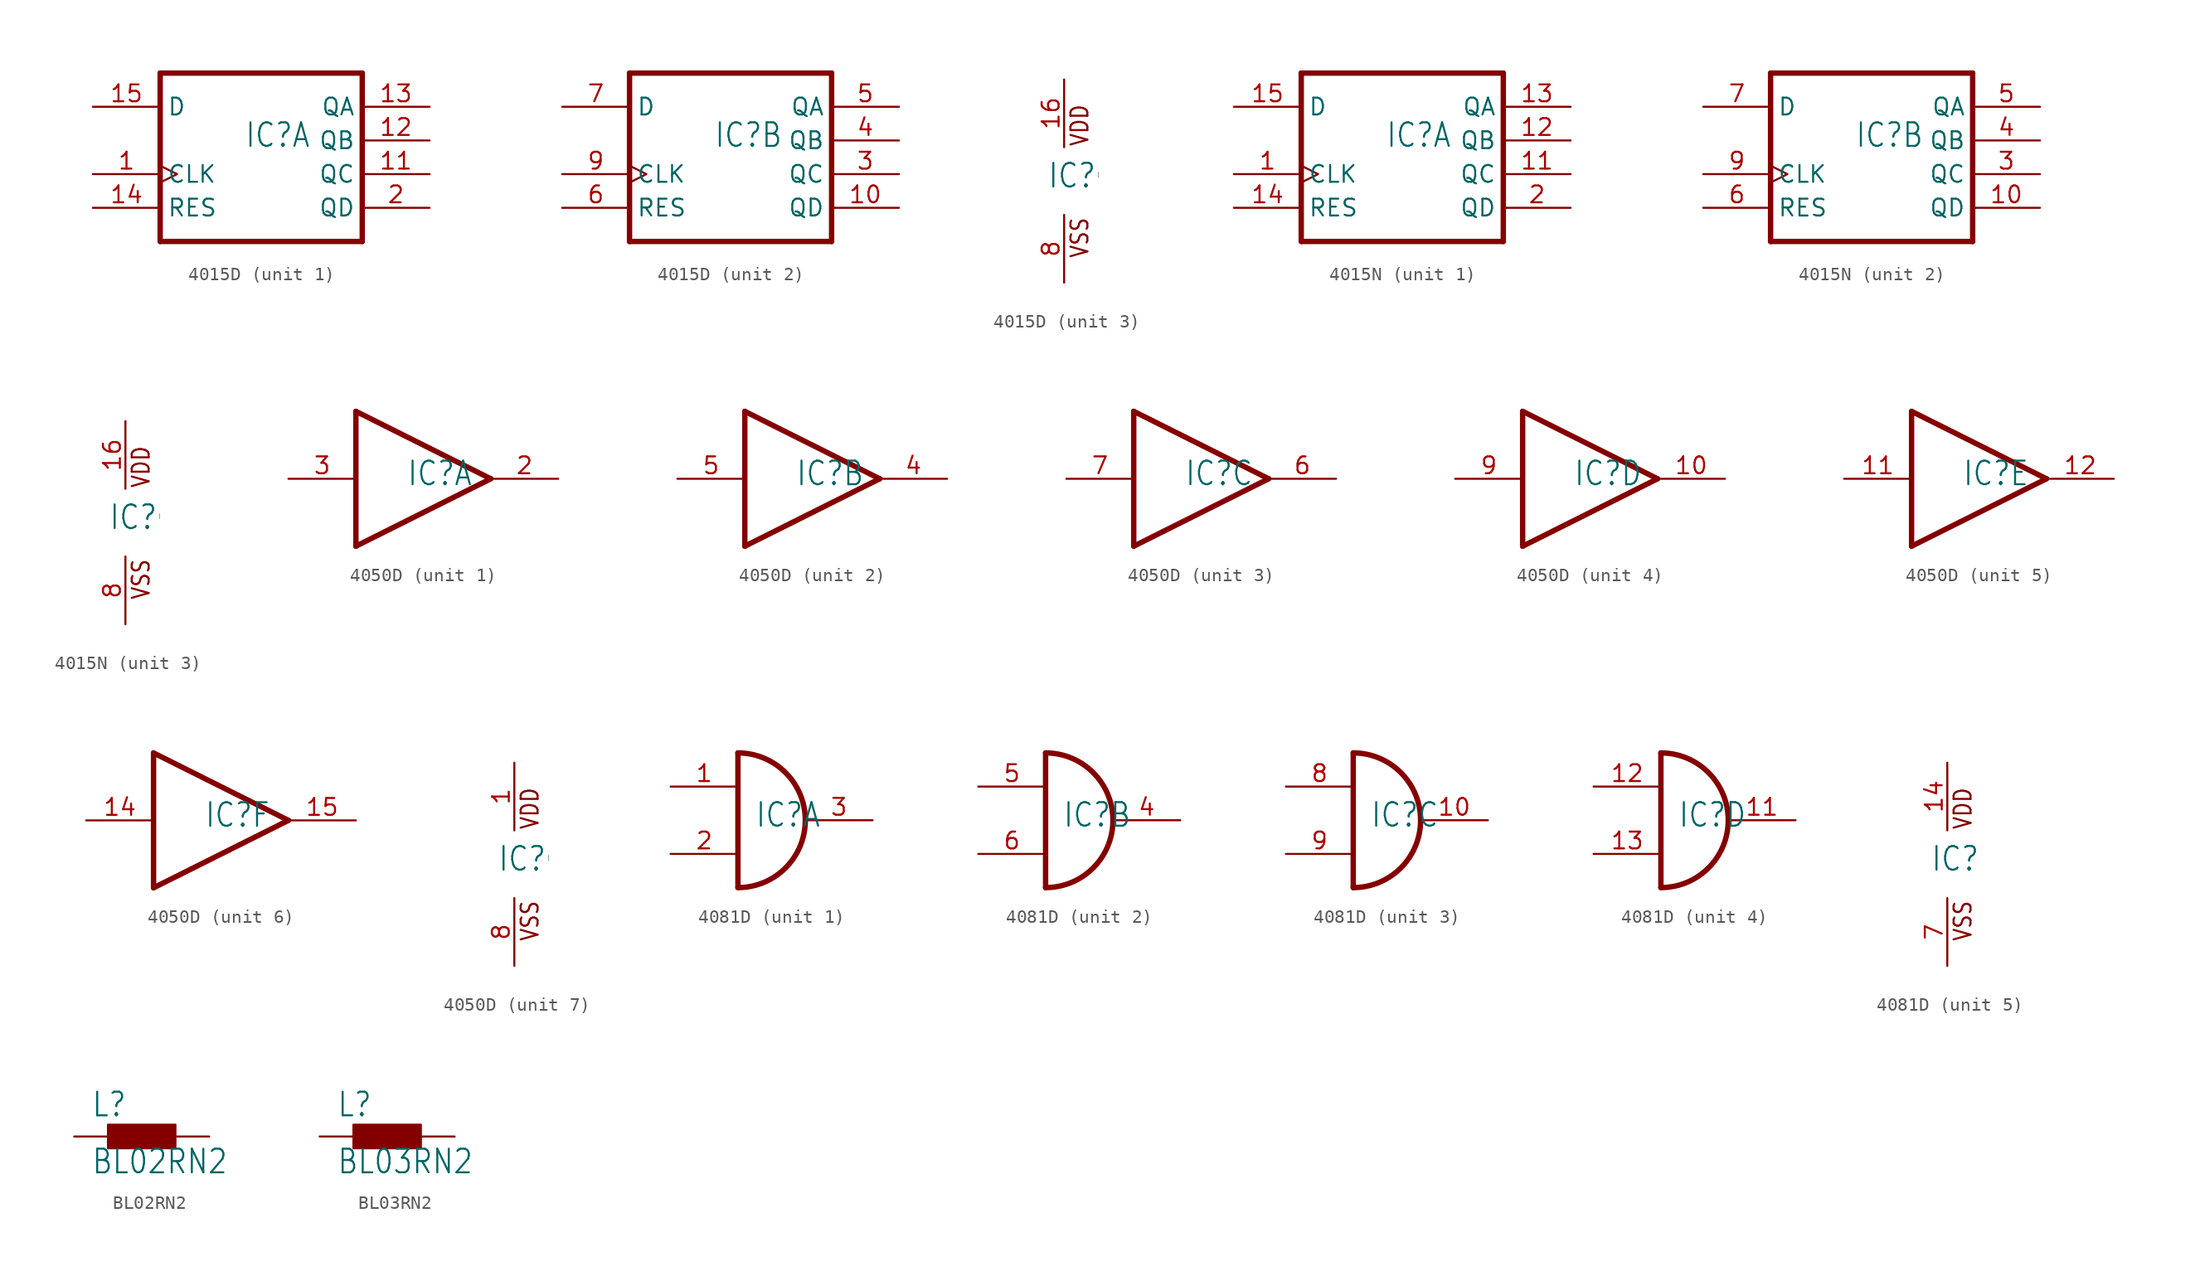
<source format=kicad_sym>
(kicad_symbol_lib
  (version 20211014)
  (generator kicad_symbol_editor)
  (symbol "4015D"
    (property "Reference" "IC"
      (at -1.27 -0.635 0)
      (effects (font (size 1.778 1.511)) (justify left bottom)))
    (property "ki_locked" ""
      (at 0 0 0)
      (effects (font (size 1.27 1.27))))
    (symbol "4015D_1_0"
      (polyline (pts (xy -7.62 -7.62) (xy 7.62 -7.62)) (stroke (width 0.406) (type default) (color 0 0 0 0)) (fill (type none)))
      (polyline (pts (xy -7.62 5.08) (xy -7.62 -7.62)) (stroke (width 0.406) (type default) (color 0 0 0 0)) (fill (type none)))
      (polyline (pts (xy 7.62 -7.62) (xy 7.62 5.08)) (stroke (width 0.406) (type default) (color 0 0 0 0)) (fill (type none)))
      (polyline (pts (xy 7.62 5.08) (xy -7.62 5.08)) (stroke (width 0.406) (type default) (color 0 0 0 0)) (fill (type none)))
      (pin input clock (at -12.7 -2.54 0) (length 5.08) (name "CLK" (effects (font (size 1.27 1.27)))) (number "1" (effects (font (size 1.27 1.27)))))
      (pin output line (at 12.7 -2.54 180) (length 5.08) (name "QC" (effects (font (size 1.27 1.27)))) (number "11" (effects (font (size 1.27 1.27)))))
      (pin output line (at 12.7 0 180) (length 5.08) (name "QB" (effects (font (size 1.27 1.27)))) (number "12" (effects (font (size 1.27 1.27)))))
      (pin output line (at 12.7 2.54 180) (length 5.08) (name "QA" (effects (font (size 1.27 1.27)))) (number "13" (effects (font (size 1.27 1.27)))))
      (pin input line (at -12.7 -5.08 0) (length 5.08) (name "RES" (effects (font (size 1.27 1.27)))) (number "14" (effects (font (size 1.27 1.27)))))
      (pin input line (at -12.7 2.54 0) (length 5.08) (name "D" (effects (font (size 1.27 1.27)))) (number "15" (effects (font (size 1.27 1.27)))))
      (pin output line (at 12.7 -5.08 180) (length 5.08) (name "QD" (effects (font (size 1.27 1.27)))) (number "2" (effects (font (size 1.27 1.27))))))
    (symbol "4015D_2_0"
      (polyline (pts (xy -7.62 -7.62) (xy 7.62 -7.62)) (stroke (width 0.406) (type default) (color 0 0 0 0)) (fill (type none)))
      (polyline (pts (xy -7.62 5.08) (xy -7.62 -7.62)) (stroke (width 0.406) (type default) (color 0 0 0 0)) (fill (type none)))
      (polyline (pts (xy 7.62 -7.62) (xy 7.62 5.08)) (stroke (width 0.406) (type default) (color 0 0 0 0)) (fill (type none)))
      (polyline (pts (xy 7.62 5.08) (xy -7.62 5.08)) (stroke (width 0.406) (type default) (color 0 0 0 0)) (fill (type none)))
      (pin output line (at 12.7 -5.08 180) (length 5.08) (name "QD" (effects (font (size 1.27 1.27)))) (number "10" (effects (font (size 1.27 1.27)))))
      (pin output line (at 12.7 -2.54 180) (length 5.08) (name "QC" (effects (font (size 1.27 1.27)))) (number "3" (effects (font (size 1.27 1.27)))))
      (pin output line (at 12.7 0 180) (length 5.08) (name "QB" (effects (font (size 1.27 1.27)))) (number "4" (effects (font (size 1.27 1.27)))))
      (pin output line (at 12.7 2.54 180) (length 5.08) (name "QA" (effects (font (size 1.27 1.27)))) (number "5" (effects (font (size 1.27 1.27)))))
      (pin input line (at -12.7 -5.08 0) (length 5.08) (name "RES" (effects (font (size 1.27 1.27)))) (number "6" (effects (font (size 1.27 1.27)))))
      (pin input line (at -12.7 2.54 0) (length 5.08) (name "D" (effects (font (size 1.27 1.27)))) (number "7" (effects (font (size 1.27 1.27)))))
      (pin input clock (at -12.7 -2.54 0) (length 5.08) (name "CLK" (effects (font (size 1.27 1.27)))) (number "9" (effects (font (size 1.27 1.27))))))
    (symbol "4015D_3_0"
      (text "VDD" (at 1.905 2.54 900) (effects (font (size 1.27 1.079)) (justify left bottom)))
      (text "VSS" (at 1.905 -5.842 900) (effects (font (size 1.27 1.079)) (justify left bottom)))
      (pin power_in line (at 0 7.62 270) (length 5.08) (name "VDD" (effects (font (size 0 0)))) (number "16" (effects (font (size 1.27 1.27)))))
      (pin power_in line (at 0 -7.62 90) (length 5.08) (name "VSS" (effects (font (size 0 0)))) (number "8" (effects (font (size 1.27 1.27)))))))
  (symbol "4015N"
    (property "Reference" "IC"
      (at -1.27 -0.635 0)
      (effects (font (size 1.778 1.511)) (justify left bottom)))
    (property "ki_locked" ""
      (at 0 0 0)
      (effects (font (size 1.27 1.27))))
    (symbol "4015N_1_0"
      (polyline (pts (xy -7.62 -7.62) (xy 7.62 -7.62)) (stroke (width 0.406) (type default) (color 0 0 0 0)) (fill (type none)))
      (polyline (pts (xy -7.62 5.08) (xy -7.62 -7.62)) (stroke (width 0.406) (type default) (color 0 0 0 0)) (fill (type none)))
      (polyline (pts (xy 7.62 -7.62) (xy 7.62 5.08)) (stroke (width 0.406) (type default) (color 0 0 0 0)) (fill (type none)))
      (polyline (pts (xy 7.62 5.08) (xy -7.62 5.08)) (stroke (width 0.406) (type default) (color 0 0 0 0)) (fill (type none)))
      (pin input clock (at -12.7 -2.54 0) (length 5.08) (name "CLK" (effects (font (size 1.27 1.27)))) (number "1" (effects (font (size 1.27 1.27)))))
      (pin output line (at 12.7 -2.54 180) (length 5.08) (name "QC" (effects (font (size 1.27 1.27)))) (number "11" (effects (font (size 1.27 1.27)))))
      (pin output line (at 12.7 0 180) (length 5.08) (name "QB" (effects (font (size 1.27 1.27)))) (number "12" (effects (font (size 1.27 1.27)))))
      (pin output line (at 12.7 2.54 180) (length 5.08) (name "QA" (effects (font (size 1.27 1.27)))) (number "13" (effects (font (size 1.27 1.27)))))
      (pin input line (at -12.7 -5.08 0) (length 5.08) (name "RES" (effects (font (size 1.27 1.27)))) (number "14" (effects (font (size 1.27 1.27)))))
      (pin input line (at -12.7 2.54 0) (length 5.08) (name "D" (effects (font (size 1.27 1.27)))) (number "15" (effects (font (size 1.27 1.27)))))
      (pin output line (at 12.7 -5.08 180) (length 5.08) (name "QD" (effects (font (size 1.27 1.27)))) (number "2" (effects (font (size 1.27 1.27))))))
    (symbol "4015N_2_0"
      (polyline (pts (xy -7.62 -7.62) (xy 7.62 -7.62)) (stroke (width 0.406) (type default) (color 0 0 0 0)) (fill (type none)))
      (polyline (pts (xy -7.62 5.08) (xy -7.62 -7.62)) (stroke (width 0.406) (type default) (color 0 0 0 0)) (fill (type none)))
      (polyline (pts (xy 7.62 -7.62) (xy 7.62 5.08)) (stroke (width 0.406) (type default) (color 0 0 0 0)) (fill (type none)))
      (polyline (pts (xy 7.62 5.08) (xy -7.62 5.08)) (stroke (width 0.406) (type default) (color 0 0 0 0)) (fill (type none)))
      (pin output line (at 12.7 -5.08 180) (length 5.08) (name "QD" (effects (font (size 1.27 1.27)))) (number "10" (effects (font (size 1.27 1.27)))))
      (pin output line (at 12.7 -2.54 180) (length 5.08) (name "QC" (effects (font (size 1.27 1.27)))) (number "3" (effects (font (size 1.27 1.27)))))
      (pin output line (at 12.7 0 180) (length 5.08) (name "QB" (effects (font (size 1.27 1.27)))) (number "4" (effects (font (size 1.27 1.27)))))
      (pin output line (at 12.7 2.54 180) (length 5.08) (name "QA" (effects (font (size 1.27 1.27)))) (number "5" (effects (font (size 1.27 1.27)))))
      (pin input line (at -12.7 -5.08 0) (length 5.08) (name "RES" (effects (font (size 1.27 1.27)))) (number "6" (effects (font (size 1.27 1.27)))))
      (pin input line (at -12.7 2.54 0) (length 5.08) (name "D" (effects (font (size 1.27 1.27)))) (number "7" (effects (font (size 1.27 1.27)))))
      (pin input clock (at -12.7 -2.54 0) (length 5.08) (name "CLK" (effects (font (size 1.27 1.27)))) (number "9" (effects (font (size 1.27 1.27))))))
    (symbol "4015N_3_0"
      (text "VDD" (at 1.905 2.54 900) (effects (font (size 1.27 1.079)) (justify left bottom)))
      (text "VSS" (at 1.905 -5.842 900) (effects (font (size 1.27 1.079)) (justify left bottom)))
      (pin power_in line (at 0 7.62 270) (length 5.08) (name "VDD" (effects (font (size 0 0)))) (number "16" (effects (font (size 1.27 1.27)))))
      (pin power_in line (at 0 -7.62 90) (length 5.08) (name "VSS" (effects (font (size 0 0)))) (number "8" (effects (font (size 1.27 1.27)))))))
  (symbol "4050D"
    (property "Reference" "IC"
      (at -1.27 -0.635 0)
      (effects (font (size 1.778 1.511)) (justify left bottom)))
    (property "ki_locked" ""
      (at 0 0 0)
      (effects (font (size 1.27 1.27))))
    (symbol "4050D_1_0"
      (polyline (pts (xy -5.08 -5.08) (xy 5.08 0)) (stroke (width 0.406) (type default) (color 0 0 0 0)) (fill (type none)))
      (polyline (pts (xy -5.08 5.08) (xy -5.08 -5.08)) (stroke (width 0.406) (type default) (color 0 0 0 0)) (fill (type none)))
      (polyline (pts (xy 5.08 0) (xy -5.08 5.08)) (stroke (width 0.406) (type default) (color 0 0 0 0)) (fill (type none)))
      (pin output line (at 10.16 0 180) (length 5.08) (name "O" (effects (font (size 0 0)))) (number "2" (effects (font (size 1.27 1.27)))))
      (pin input line (at -10.16 0 0) (length 5.08) (name "I" (effects (font (size 0 0)))) (number "3" (effects (font (size 1.27 1.27))))))
    (symbol "4050D_2_0"
      (polyline (pts (xy -5.08 -5.08) (xy 5.08 0)) (stroke (width 0.406) (type default) (color 0 0 0 0)) (fill (type none)))
      (polyline (pts (xy -5.08 5.08) (xy -5.08 -5.08)) (stroke (width 0.406) (type default) (color 0 0 0 0)) (fill (type none)))
      (polyline (pts (xy 5.08 0) (xy -5.08 5.08)) (stroke (width 0.406) (type default) (color 0 0 0 0)) (fill (type none)))
      (pin output line (at 10.16 0 180) (length 5.08) (name "O" (effects (font (size 0 0)))) (number "4" (effects (font (size 1.27 1.27)))))
      (pin input line (at -10.16 0 0) (length 5.08) (name "I" (effects (font (size 0 0)))) (number "5" (effects (font (size 1.27 1.27))))))
    (symbol "4050D_3_0"
      (polyline (pts (xy -5.08 -5.08) (xy 5.08 0)) (stroke (width 0.406) (type default) (color 0 0 0 0)) (fill (type none)))
      (polyline (pts (xy -5.08 5.08) (xy -5.08 -5.08)) (stroke (width 0.406) (type default) (color 0 0 0 0)) (fill (type none)))
      (polyline (pts (xy 5.08 0) (xy -5.08 5.08)) (stroke (width 0.406) (type default) (color 0 0 0 0)) (fill (type none)))
      (pin output line (at 10.16 0 180) (length 5.08) (name "O" (effects (font (size 0 0)))) (number "6" (effects (font (size 1.27 1.27)))))
      (pin input line (at -10.16 0 0) (length 5.08) (name "I" (effects (font (size 0 0)))) (number "7" (effects (font (size 1.27 1.27))))))
    (symbol "4050D_4_0"
      (polyline (pts (xy -5.08 -5.08) (xy 5.08 0)) (stroke (width 0.406) (type default) (color 0 0 0 0)) (fill (type none)))
      (polyline (pts (xy -5.08 5.08) (xy -5.08 -5.08)) (stroke (width 0.406) (type default) (color 0 0 0 0)) (fill (type none)))
      (polyline (pts (xy 5.08 0) (xy -5.08 5.08)) (stroke (width 0.406) (type default) (color 0 0 0 0)) (fill (type none)))
      (pin output line (at 10.16 0 180) (length 5.08) (name "O" (effects (font (size 0 0)))) (number "10" (effects (font (size 1.27 1.27)))))
      (pin input line (at -10.16 0 0) (length 5.08) (name "I" (effects (font (size 0 0)))) (number "9" (effects (font (size 1.27 1.27))))))
    (symbol "4050D_5_0"
      (polyline (pts (xy -5.08 -5.08) (xy 5.08 0)) (stroke (width 0.406) (type default) (color 0 0 0 0)) (fill (type none)))
      (polyline (pts (xy -5.08 5.08) (xy -5.08 -5.08)) (stroke (width 0.406) (type default) (color 0 0 0 0)) (fill (type none)))
      (polyline (pts (xy 5.08 0) (xy -5.08 5.08)) (stroke (width 0.406) (type default) (color 0 0 0 0)) (fill (type none)))
      (pin input line (at -10.16 0 0) (length 5.08) (name "I" (effects (font (size 0 0)))) (number "11" (effects (font (size 1.27 1.27)))))
      (pin output line (at 10.16 0 180) (length 5.08) (name "O" (effects (font (size 0 0)))) (number "12" (effects (font (size 1.27 1.27))))))
    (symbol "4050D_6_0"
      (polyline (pts (xy -5.08 -5.08) (xy 5.08 0)) (stroke (width 0.406) (type default) (color 0 0 0 0)) (fill (type none)))
      (polyline (pts (xy -5.08 5.08) (xy -5.08 -5.08)) (stroke (width 0.406) (type default) (color 0 0 0 0)) (fill (type none)))
      (polyline (pts (xy 5.08 0) (xy -5.08 5.08)) (stroke (width 0.406) (type default) (color 0 0 0 0)) (fill (type none)))
      (pin input line (at -10.16 0 0) (length 5.08) (name "I" (effects (font (size 0 0)))) (number "14" (effects (font (size 1.27 1.27)))))
      (pin output line (at 10.16 0 180) (length 5.08) (name "O" (effects (font (size 0 0)))) (number "15" (effects (font (size 1.27 1.27))))))
    (symbol "4050D_7_0"
      (text "VDD" (at 1.905 2.54 900) (effects (font (size 1.27 1.079)) (justify left bottom)))
      (text "VSS" (at 1.905 -5.842 900) (effects (font (size 1.27 1.079)) (justify left bottom)))
      (pin power_in line (at 0 7.62 270) (length 5.08) (name "VDD" (effects (font (size 0 0)))) (number "1" (effects (font (size 1.27 1.27)))))
      (pin power_in line (at 0 -7.62 90) (length 5.08) (name "VSS" (effects (font (size 0 0)))) (number "8" (effects (font (size 1.27 1.27)))))))
  (symbol "4081D"
    (property "Reference" "IC"
      (at -1.27 -0.635 0)
      (effects (font (size 1.778 1.511)) (justify left bottom)))
    (property "ki_locked" ""
      (at 0 0 0)
      (effects (font (size 1.27 1.27))))
    (symbol "4081D_1_0"
      (arc (start -2.54 -5.08) (mid 2.54 0) (end -2.54 5.08) (stroke (width 0.4064) (type default) (color 0 0 0 0)) (fill (type none)))
      (polyline (pts (xy -2.54 5.08) (xy -2.54 -5.08)) (stroke (width 0.406) (type default) (color 0 0 0 0)) (fill (type none)))
      (pin input line (at -7.62 2.54 0) (length 5.08) (name "I0" (effects (font (size 0 0)))) (number "1" (effects (font (size 1.27 1.27)))))
      (pin input line (at -7.62 -2.54 0) (length 5.08) (name "I1" (effects (font (size 0 0)))) (number "2" (effects (font (size 1.27 1.27)))))
      (pin output line (at 7.62 0 180) (length 5.08) (name "O" (effects (font (size 0 0)))) (number "3" (effects (font (size 1.27 1.27))))))
    (symbol "4081D_2_0"
      (arc (start -2.54 -5.08) (mid 2.54 0) (end -2.54 5.08) (stroke (width 0.4064) (type default) (color 0 0 0 0)) (fill (type none)))
      (polyline (pts (xy -2.54 5.08) (xy -2.54 -5.08)) (stroke (width 0.406) (type default) (color 0 0 0 0)) (fill (type none)))
      (pin output line (at 7.62 0 180) (length 5.08) (name "O" (effects (font (size 0 0)))) (number "4" (effects (font (size 1.27 1.27)))))
      (pin input line (at -7.62 2.54 0) (length 5.08) (name "I0" (effects (font (size 0 0)))) (number "5" (effects (font (size 1.27 1.27)))))
      (pin input line (at -7.62 -2.54 0) (length 5.08) (name "I1" (effects (font (size 0 0)))) (number "6" (effects (font (size 1.27 1.27))))))
    (symbol "4081D_3_0"
      (arc (start -2.54 -5.08) (mid 2.54 0) (end -2.54 5.08) (stroke (width 0.4064) (type default) (color 0 0 0 0)) (fill (type none)))
      (polyline (pts (xy -2.54 5.08) (xy -2.54 -5.08)) (stroke (width 0.406) (type default) (color 0 0 0 0)) (fill (type none)))
      (pin output line (at 7.62 0 180) (length 5.08) (name "O" (effects (font (size 0 0)))) (number "10" (effects (font (size 1.27 1.27)))))
      (pin input line (at -7.62 2.54 0) (length 5.08) (name "I0" (effects (font (size 0 0)))) (number "8" (effects (font (size 1.27 1.27)))))
      (pin input line (at -7.62 -2.54 0) (length 5.08) (name "I1" (effects (font (size 0 0)))) (number "9" (effects (font (size 1.27 1.27))))))
    (symbol "4081D_4_0"
      (arc (start -2.54 -5.08) (mid 2.54 0) (end -2.54 5.08) (stroke (width 0.4064) (type default) (color 0 0 0 0)) (fill (type none)))
      (polyline (pts (xy -2.54 5.08) (xy -2.54 -5.08)) (stroke (width 0.406) (type default) (color 0 0 0 0)) (fill (type none)))
      (pin output line (at 7.62 0 180) (length 5.08) (name "O" (effects (font (size 0 0)))) (number "11" (effects (font (size 1.27 1.27)))))
      (pin input line (at -7.62 2.54 0) (length 5.08) (name "I0" (effects (font (size 0 0)))) (number "12" (effects (font (size 1.27 1.27)))))
      (pin input line (at -7.62 -2.54 0) (length 5.08) (name "I1" (effects (font (size 0 0)))) (number "13" (effects (font (size 1.27 1.27))))))
    (symbol "4081D_5_0"
      (text "VDD" (at 1.905 2.54 900) (effects (font (size 1.27 1.079)) (justify left bottom)))
      (text "VSS" (at 1.905 -5.842 900) (effects (font (size 1.27 1.079)) (justify left bottom)))
      (pin power_in line (at 0 7.62 270) (length 5.08) (name "VDD" (effects (font (size 0 0)))) (number "14" (effects (font (size 1.27 1.27)))))
      (pin power_in line (at 0 -7.62 90) (length 5.08) (name "VSS" (effects (font (size 0 0)))) (number "7" (effects (font (size 1.27 1.27)))))))
  (symbol "BL02RN2"
    (property "Reference" "L"
      (at -3.81 1.372 0)
      (effects (font (size 1.778 1.511)) (justify left bottom)))
    (property "Value" "BL02RN2"
      (at -3.81 -2.921 0)
      (effects (font (size 1.778 1.511)) (justify left bottom)))
    (property "ki_locked" ""
      (at 0 0 0)
      (effects (font (size 1.27 1.27))))
    (symbol "BL02RN2_1_0"
      (rectangle (start -2.54 -0.889) (end 2.54 0.889) (stroke (width 0) (type default) (color 0 0 0 0)) (fill (type outline)))
      (pin passive line (at -5.08 0 0) (length 2.54) (name "1" (effects (font (size 0 0)))) (number "1" (effects (font (size 0 0)))))
      (pin passive line (at 5.08 0 180) (length 2.54) (name "2" (effects (font (size 0 0)))) (number "2" (effects (font (size 0 0)))))))
  (symbol "BL03RN2"
    (property "Reference" "L"
      (at -3.81 1.372 0)
      (effects (font (size 1.778 1.511)) (justify left bottom)))
    (property "Value" "BL03RN2"
      (at -3.81 -2.921 0)
      (effects (font (size 1.778 1.511)) (justify left bottom)))
    (property "ki_locked" ""
      (at 0 0 0)
      (effects (font (size 1.27 1.27))))
    (symbol "BL03RN2_1_0"
      (rectangle (start -2.54 -0.889) (end 2.54 0.889) (stroke (width 0) (type default) (color 0 0 0 0)) (fill (type outline)))
      (pin passive line (at -5.08 0 0) (length 2.54) (name "1" (effects (font (size 0 0)))) (number "1" (effects (font (size 0 0)))))
      (pin passive line (at 5.08 0 180) (length 2.54) (name "2" (effects (font (size 0 0)))) (number "2" (effects (font (size 0 0))))))))
</source>
